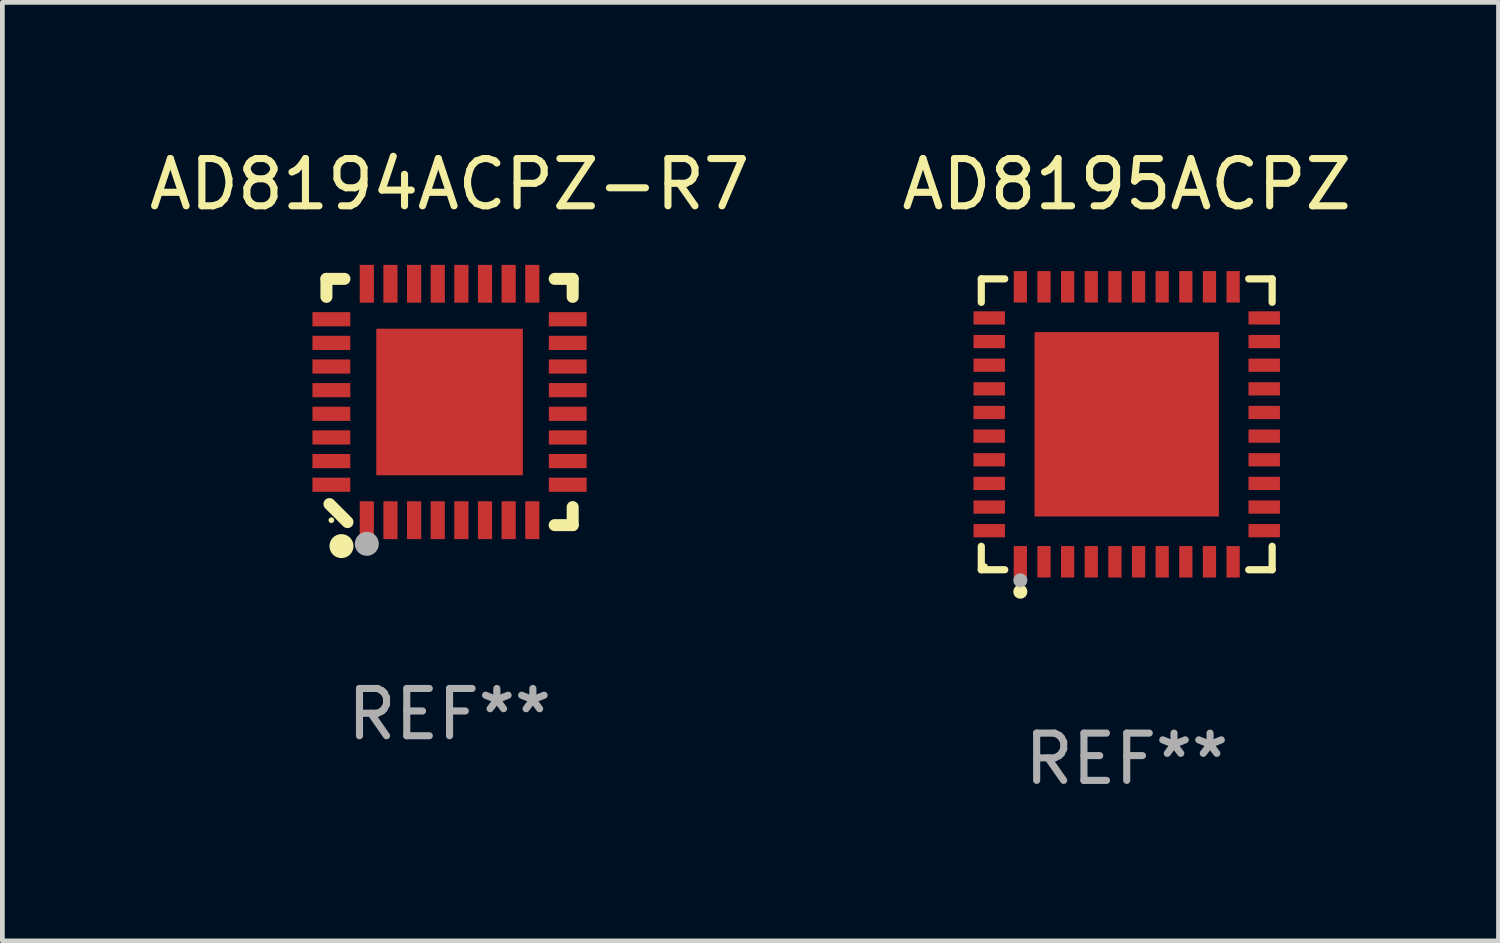
<source format=kicad_pcb>
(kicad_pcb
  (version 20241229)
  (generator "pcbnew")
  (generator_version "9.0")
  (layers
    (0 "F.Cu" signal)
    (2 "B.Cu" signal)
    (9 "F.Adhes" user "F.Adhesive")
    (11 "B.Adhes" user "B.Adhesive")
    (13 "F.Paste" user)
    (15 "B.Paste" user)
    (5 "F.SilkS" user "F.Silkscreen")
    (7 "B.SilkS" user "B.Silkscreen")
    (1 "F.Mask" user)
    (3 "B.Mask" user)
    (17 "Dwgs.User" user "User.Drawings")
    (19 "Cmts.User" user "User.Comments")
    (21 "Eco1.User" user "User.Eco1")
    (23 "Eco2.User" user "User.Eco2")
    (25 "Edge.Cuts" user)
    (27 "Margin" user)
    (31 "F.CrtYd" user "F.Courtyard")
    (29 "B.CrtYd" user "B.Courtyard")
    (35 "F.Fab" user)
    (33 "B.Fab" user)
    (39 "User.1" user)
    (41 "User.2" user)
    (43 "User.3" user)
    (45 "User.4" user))
  (footprint "AD8194ACPZ-R7"
    (layer "F.Cu")
    (at 6.458 5.452)
    (property "Reference" "AD8194ACPZ-R7" (at 0 -4.604 0) (layer "F.SilkS") (effects (font (size 1 1) (thickness 0.15))))
    (attr through_hole)
    (fp_line (start -2.604 -2.604) (end -2.604 -2.223) (stroke (width 0.254) (type solid)) (layer "F.SilkS"))
    (fp_line (start -2.54 2.159) (end -2.159 2.54) (stroke (width 0.254) (type solid)) (layer "F.SilkS"))
    (fp_line (start -2.223 -2.604) (end -2.604 -2.604) (stroke (width 0.254) (type solid)) (layer "F.SilkS"))
    (fp_line (start 2.223 2.604) (end 2.604 2.604) (stroke (width 0.254) (type solid)) (layer "F.SilkS"))
    (fp_line (start 2.604 -2.604) (end 2.223 -2.604) (stroke (width 0.254) (type solid)) (layer "F.SilkS"))
    (fp_line (start 2.604 -2.223) (end 2.604 -2.604) (stroke (width 0.254) (type solid)) (layer "F.SilkS"))
    (fp_line (start 2.604 2.604) (end 2.604 2.223) (stroke (width 0.254) (type solid)) (layer "F.SilkS"))
    (fp_circle (center -2.5 2.5) (end -2.47 2.5) (stroke (width 0.06) (type solid)) (fill no) (layer "F.SilkS"))
    (fp_circle (center -2.286 3.048) (end -2.159 3.048) (stroke (width 0.254) (type solid)) (fill no) (layer "F.SilkS"))
    (fp_circle (center -1.75 3) (end -1.623 3) (stroke (width 0.254) (type solid)) (fill no) (layer "F.Fab"))
    (fp_text user "REF**" (at 0 6.604 0) (layer "F.Fab") (effects (font (size 1 1) (thickness 0.15))))
    (pad "1" smd rect (at -1.75 2.5) (size 0.3 0.8) (layers "F.Cu" "F.Mask" "F.Paste"))
    (pad "2" smd rect (at -1.25 2.5) (size 0.3 0.8) (layers "F.Cu" "F.Mask" "F.Paste"))
    (pad "3" smd rect (at -0.75 2.5) (size 0.3 0.8) (layers "F.Cu" "F.Mask" "F.Paste"))
    (pad "4" smd rect (at -0.25 2.5) (size 0.3 0.8) (layers "F.Cu" "F.Mask" "F.Paste"))
    (pad "5" smd rect (at 0.25 2.5) (size 0.3 0.8) (layers "F.Cu" "F.Mask" "F.Paste"))
    (pad "6" smd rect (at 0.75 2.5) (size 0.3 0.8) (layers "F.Cu" "F.Mask" "F.Paste"))
    (pad "7" smd rect (at 1.25 2.5) (size 0.3 0.8) (layers "F.Cu" "F.Mask" "F.Paste"))
    (pad "8" smd rect (at 1.75 2.5) (size 0.3 0.8) (layers "F.Cu" "F.Mask" "F.Paste"))
    (pad "9" smd rect (at 2.5 1.75) (size 0.8 0.3) (layers "F.Cu" "F.Mask" "F.Paste"))
    (pad "10" smd rect (at 2.5 1.25) (size 0.8 0.3) (layers "F.Cu" "F.Mask" "F.Paste"))
    (pad "11" smd rect (at 2.5 0.75) (size 0.8 0.3) (layers "F.Cu" "F.Mask" "F.Paste"))
    (pad "12" smd rect (at 2.5 0.25) (size 0.8 0.3) (layers "F.Cu" "F.Mask" "F.Paste"))
    (pad "13" smd rect (at 2.5 -0.25) (size 0.8 0.3) (layers "F.Cu" "F.Mask" "F.Paste"))
    (pad "14" smd rect (at 2.5 -0.75) (size 0.8 0.3) (layers "F.Cu" "F.Mask" "F.Paste"))
    (pad "15" smd rect (at 2.5 -1.25) (size 0.8 0.3) (layers "F.Cu" "F.Mask" "F.Paste"))
    (pad "16" smd rect (at 2.5 -1.75) (size 0.8 0.3) (layers "F.Cu" "F.Mask" "F.Paste"))
    (pad "17" smd rect (at 1.75 -2.5) (size 0.3 0.8) (layers "F.Cu" "F.Mask" "F.Paste"))
    (pad "18" smd rect (at 1.25 -2.5) (size 0.3 0.8) (layers "F.Cu" "F.Mask" "F.Paste"))
    (pad "19" smd rect (at 0.75 -2.5) (size 0.3 0.8) (layers "F.Cu" "F.Mask" "F.Paste"))
    (pad "20" smd rect (at 0.25 -2.5) (size 0.3 0.8) (layers "F.Cu" "F.Mask" "F.Paste"))
    (pad "21" smd rect (at -0.25 -2.5) (size 0.3 0.8) (layers "F.Cu" "F.Mask" "F.Paste"))
    (pad "22" smd rect (at -0.75 -2.5) (size 0.3 0.8) (layers "F.Cu" "F.Mask" "F.Paste"))
    (pad "23" smd rect (at -1.25 -2.5) (size 0.3 0.8) (layers "F.Cu" "F.Mask" "F.Paste"))
    (pad "24" smd rect (at -1.75 -2.5) (size 0.3 0.8) (layers "F.Cu" "F.Mask" "F.Paste"))
    (pad "25" smd rect (at -2.5 -1.75) (size 0.8 0.3) (layers "F.Cu" "F.Mask" "F.Paste"))
    (pad "26" smd rect (at -2.5 -1.25) (size 0.8 0.3) (layers "F.Cu" "F.Mask" "F.Paste"))
    (pad "27" smd rect (at -2.5 -0.75) (size 0.8 0.3) (layers "F.Cu" "F.Mask" "F.Paste"))
    (pad "28" smd rect (at -2.5 -0.25) (size 0.8 0.3) (layers "F.Cu" "F.Mask" "F.Paste"))
    (pad "29" smd rect (at -2.5 0.25) (size 0.8 0.3) (layers "F.Cu" "F.Mask" "F.Paste"))
    (pad "30" smd rect (at -2.5 0.75) (size 0.8 0.3) (layers "F.Cu" "F.Mask" "F.Paste"))
    (pad "31" smd rect (at -2.5 1.25) (size 0.8 0.3) (layers "F.Cu" "F.Mask" "F.Paste"))
    (pad "32" smd rect (at -2.5 1.75) (size 0.8 0.3) (layers "F.Cu" "F.Mask" "F.Paste"))
    (pad "33" smd rect (at 0 -0.000025) (size 3.1 3.1) (layers "F.Cu" "F.Mask" "F.Paste")))
  (footprint "AD8195ACPZ"
    (layer "F.Cu")
    (at 20.78 5.924)
    (property "Reference" "AD8195ACPZ" (at 0 -5.076 0) (layer "F.SilkS") (effects (font (size 1 1) (thickness 0.15))))
    (attr through_hole)
    (fp_line (start -3.076 -3.076) (end -2.58 -3.076) (stroke (width 0.152) (type solid)) (layer "F.SilkS"))
    (fp_line (start -3.076 -2.58) (end -3.076 -3.076) (stroke (width 0.152) (type solid)) (layer "F.SilkS"))
    (fp_line (start -3.076 2.58) (end -3.076 3.076) (stroke (width 0.152) (type solid)) (layer "F.SilkS"))
    (fp_line (start -3.076 3.076) (end -2.58 3.076) (stroke (width 0.152) (type solid)) (layer "F.SilkS"))
    (fp_line (start 3.076 -3.076) (end 2.58 -3.076) (stroke (width 0.152) (type solid)) (layer "F.SilkS"))
    (fp_line (start 3.076 -2.58) (end 3.076 -3.076) (stroke (width 0.152) (type solid)) (layer "F.SilkS"))
    (fp_line (start 3.076 2.58) (end 3.076 3.076) (stroke (width 0.152) (type solid)) (layer "F.SilkS"))
    (fp_line (start 3.076 3.076) (end 2.58 3.076) (stroke (width 0.152) (type solid)) (layer "F.SilkS"))
    (fp_circle (center -3 3) (end -2.97 3) (stroke (width 0.06) (type solid)) (fill no) (layer "F.SilkS"))
    (fp_circle (center -2.25 3.54) (end -2.175 3.54) (stroke (width 0.15) (type solid)) (fill no) (layer "F.SilkS"))
    (fp_circle (center -2.25 3.3) (end -2.175 3.3) (stroke (width 0.15) (type solid)) (fill no) (layer "F.Fab"))
    (fp_text user "REF**" (at 0 7.076 0) (layer "F.Fab") (effects (font (size 1 1) (thickness 0.15))))
    (pad "1" smd rect (at -2.25 2.908) (size 0.28 0.665) (layers "F.Cu" "F.Mask" "F.Paste"))
    (pad "2" smd rect (at -1.75 2.908) (size 0.28 0.665) (layers "F.Cu" "F.Mask" "F.Paste"))
    (pad "3" smd rect (at -1.25 2.908) (size 0.28 0.665) (layers "F.Cu" "F.Mask" "F.Paste"))
    (pad "4" smd rect (at -0.75 2.908) (size 0.28 0.665) (layers "F.Cu" "F.Mask" "F.Paste"))
    (pad "5" smd rect (at -0.25 2.908) (size 0.28 0.665) (layers "F.Cu" "F.Mask" "F.Paste"))
    (pad "6" smd rect (at 0.25 2.908) (size 0.28 0.665) (layers "F.Cu" "F.Mask" "F.Paste"))
    (pad "7" smd rect (at 0.75 2.908) (size 0.28 0.665) (layers "F.Cu" "F.Mask" "F.Paste"))
    (pad "8" smd rect (at 1.25 2.908) (size 0.28 0.665) (layers "F.Cu" "F.Mask" "F.Paste"))
    (pad "9" smd rect (at 1.75 2.908) (size 0.28 0.665) (layers "F.Cu" "F.Mask" "F.Paste"))
    (pad "10" smd rect (at 2.25 2.908) (size 0.28 0.665) (layers "F.Cu" "F.Mask" "F.Paste"))
    (pad "11" smd rect (at 2.908 2.25) (size 0.665 0.28) (layers "F.Cu" "F.Mask" "F.Paste"))
    (pad "12" smd rect (at 2.908 1.75) (size 0.665 0.28) (layers "F.Cu" "F.Mask" "F.Paste"))
    (pad "13" smd rect (at 2.908 1.25) (size 0.665 0.28) (layers "F.Cu" "F.Mask" "F.Paste"))
    (pad "14" smd rect (at 2.908 0.75) (size 0.665 0.28) (layers "F.Cu" "F.Mask" "F.Paste"))
    (pad "15" smd rect (at 2.908 0.25) (size 0.665 0.28) (layers "F.Cu" "F.Mask" "F.Paste"))
    (pad "16" smd rect (at 2.908 -0.25) (size 0.665 0.28) (layers "F.Cu" "F.Mask" "F.Paste"))
    (pad "17" smd rect (at 2.908 -0.75) (size 0.665 0.28) (layers "F.Cu" "F.Mask" "F.Paste"))
    (pad "18" smd rect (at 2.908 -1.25) (size 0.665 0.28) (layers "F.Cu" "F.Mask" "F.Paste"))
    (pad "19" smd rect (at 2.908 -1.75) (size 0.665 0.28) (layers "F.Cu" "F.Mask" "F.Paste"))
    (pad "20" smd rect (at 2.908 -2.25) (size 0.665 0.28) (layers "F.Cu" "F.Mask" "F.Paste"))
    (pad "21" smd rect (at 2.25 -2.908) (size 0.28 0.665) (layers "F.Cu" "F.Mask" "F.Paste"))
    (pad "22" smd rect (at 1.75 -2.908) (size 0.28 0.665) (layers "F.Cu" "F.Mask" "F.Paste"))
    (pad "23" smd rect (at 1.25 -2.908) (size 0.28 0.665) (layers "F.Cu" "F.Mask" "F.Paste"))
    (pad "24" smd rect (at 0.75 -2.908) (size 0.28 0.665) (layers "F.Cu" "F.Mask" "F.Paste"))
    (pad "25" smd rect (at 0.25 -2.908) (size 0.28 0.665) (layers "F.Cu" "F.Mask" "F.Paste"))
    (pad "26" smd rect (at -0.25 -2.908) (size 0.28 0.665) (layers "F.Cu" "F.Mask" "F.Paste"))
    (pad "27" smd rect (at -0.75 -2.908) (size 0.28 0.665) (layers "F.Cu" "F.Mask" "F.Paste"))
    (pad "28" smd rect (at -1.25 -2.908) (size 0.28 0.665) (layers "F.Cu" "F.Mask" "F.Paste"))
    (pad "29" smd rect (at -1.75 -2.908) (size 0.28 0.665) (layers "F.Cu" "F.Mask" "F.Paste"))
    (pad "30" smd rect (at -2.25 -2.908) (size 0.28 0.665) (layers "F.Cu" "F.Mask" "F.Paste"))
    (pad "31" smd rect (at -2.908 -2.25) (size 0.665 0.28) (layers "F.Cu" "F.Mask" "F.Paste"))
    (pad "32" smd rect (at -2.908 -1.75) (size 0.665 0.28) (layers "F.Cu" "F.Mask" "F.Paste"))
    (pad "33" smd rect (at -2.908 -1.25) (size 0.665 0.28) (layers "F.Cu" "F.Mask" "F.Paste"))
    (pad "34" smd rect (at -2.908 -0.75) (size 0.665 0.28) (layers "F.Cu" "F.Mask" "F.Paste"))
    (pad "35" smd rect (at -2.908 -0.25) (size 0.665 0.28) (layers "F.Cu" "F.Mask" "F.Paste"))
    (pad "36" smd rect (at -2.908 0.25) (size 0.665 0.28) (layers "F.Cu" "F.Mask" "F.Paste"))
    (pad "37" smd rect (at -2.908 0.75) (size 0.665 0.28) (layers "F.Cu" "F.Mask" "F.Paste"))
    (pad "38" smd rect (at -2.908 1.25) (size 0.665 0.28) (layers "F.Cu" "F.Mask" "F.Paste"))
    (pad "39" smd rect (at -2.908 1.75) (size 0.665 0.28) (layers "F.Cu" "F.Mask" "F.Paste"))
    (pad "40" smd rect (at -2.908 2.25) (size 0.665 0.28) (layers "F.Cu" "F.Mask" "F.Paste"))
    (pad "41" smd rect (at 0 0) (size 3.9 3.9) (layers "F.Cu" "F.Mask" "F.Paste")))
  (gr_rect
    (start -3 -3)
    (end 28.643 16.849)
    (stroke (width 0.1) (type default))
    (fill no)
    (layer "Edge.Cuts")))
</source>
